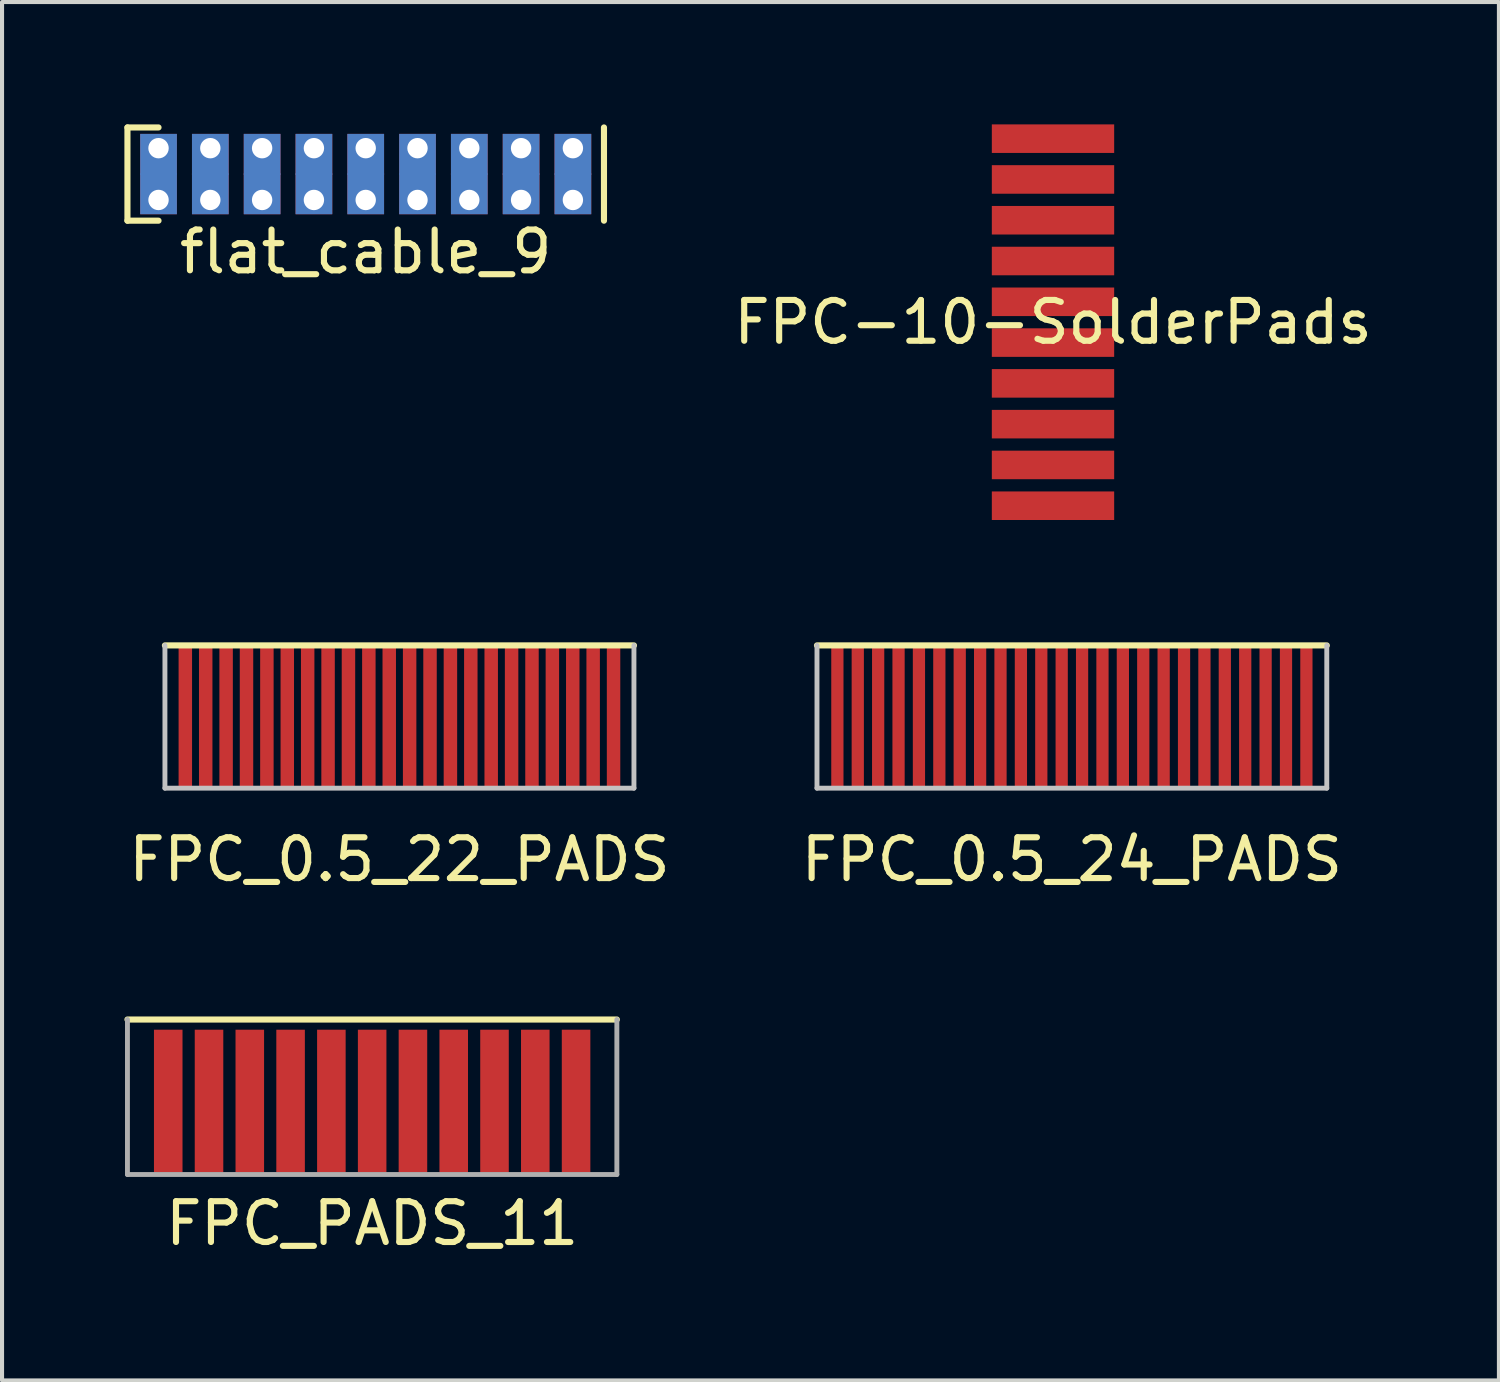
<source format=kicad_pcb>
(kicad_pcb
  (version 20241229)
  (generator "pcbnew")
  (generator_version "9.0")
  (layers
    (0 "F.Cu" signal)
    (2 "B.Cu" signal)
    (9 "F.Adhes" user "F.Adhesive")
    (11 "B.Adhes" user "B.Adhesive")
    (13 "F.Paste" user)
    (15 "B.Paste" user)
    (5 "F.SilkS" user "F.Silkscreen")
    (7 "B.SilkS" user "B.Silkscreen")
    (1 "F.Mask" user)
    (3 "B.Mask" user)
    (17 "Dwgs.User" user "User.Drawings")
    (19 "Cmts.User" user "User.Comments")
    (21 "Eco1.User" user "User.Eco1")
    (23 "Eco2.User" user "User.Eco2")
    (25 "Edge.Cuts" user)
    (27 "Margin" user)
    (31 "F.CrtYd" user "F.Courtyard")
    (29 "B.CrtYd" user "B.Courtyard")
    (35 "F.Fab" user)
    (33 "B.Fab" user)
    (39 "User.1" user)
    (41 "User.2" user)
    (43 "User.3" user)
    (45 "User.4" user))
  (footprint "FPC_0.5_24_PADS"
    (layer "F.Cu")
    (at 23.232 14.525)
    (property "Reference" "FPC_0.5_24_PADS" (at 0 3.5 0) (layer "F.SilkS") (effects (font (size 1 1) (thickness 0.15))))
    (attr exclude_from_pos_files exclude_from_bom)
    (fp_line (start -6.25 -1.75) (end 6.25 -1.75) (stroke (width 0.15) (type solid)) (layer "F.SilkS"))
    (fp_line (start -6.25 -1.75) (end -6.25 1.75) (stroke (width 0.12) (type solid)) (layer "Dwgs.User"))
    (fp_line (start -6.25 1.75) (end 6.25 1.75) (stroke (width 0.12) (type solid)) (layer "Dwgs.User"))
    (fp_line (start 6.25 1.75) (end 6.25 -1.75) (stroke (width 0.12) (type solid)) (layer "Dwgs.User"))
    (pad "1" smd rect (at -5.75 0) (size 0.3 3.5) (layers "F.Cu" "F.Mask" "F.Paste"))
    (pad "2" smd rect (at -5.25 0) (size 0.3 3.5) (layers "F.Cu" "F.Mask" "F.Paste"))
    (pad "3" smd rect (at -4.75 0) (size 0.3 3.5) (layers "F.Cu" "F.Mask" "F.Paste"))
    (pad "4" smd rect (at -4.25 0) (size 0.3 3.5) (layers "F.Cu" "F.Mask" "F.Paste"))
    (pad "5" smd rect (at -3.75 0) (size 0.3 3.5) (layers "F.Cu" "F.Mask" "F.Paste"))
    (pad "6" smd rect (at -3.25 0) (size 0.3 3.5) (layers "F.Cu" "F.Mask" "F.Paste"))
    (pad "7" smd rect (at -2.75 0) (size 0.3 3.5) (layers "F.Cu" "F.Mask" "F.Paste"))
    (pad "8" smd rect (at -2.25 0) (size 0.3 3.5) (layers "F.Cu" "F.Mask" "F.Paste"))
    (pad "9" smd rect (at -1.75 0) (size 0.3 3.5) (layers "F.Cu" "F.Mask" "F.Paste"))
    (pad "10" smd rect (at -1.25 0) (size 0.3 3.5) (layers "F.Cu" "F.Mask" "F.Paste"))
    (pad "11" smd rect (at -0.75 0) (size 0.3 3.5) (layers "F.Cu" "F.Mask" "F.Paste"))
    (pad "12" smd rect (at -0.25 0) (size 0.3 3.5) (layers "F.Cu" "F.Mask" "F.Paste"))
    (pad "13" smd rect (at 0.25 0) (size 0.3 3.5) (layers "F.Cu" "F.Mask" "F.Paste"))
    (pad "14" smd rect (at 0.75 0) (size 0.3 3.5) (layers "F.Cu" "F.Mask" "F.Paste"))
    (pad "15" smd rect (at 1.25 0) (size 0.3 3.5) (layers "F.Cu" "F.Mask" "F.Paste"))
    (pad "16" smd rect (at 1.75 0) (size 0.3 3.5) (layers "F.Cu" "F.Mask" "F.Paste"))
    (pad "17" smd rect (at 2.25 0) (size 0.3 3.5) (layers "F.Cu" "F.Mask" "F.Paste"))
    (pad "18" smd rect (at 2.75 0) (size 0.3 3.5) (layers "F.Cu" "F.Mask" "F.Paste"))
    (pad "19" smd rect (at 3.25 0) (size 0.3 3.5) (layers "F.Cu" "F.Mask" "F.Paste"))
    (pad "20" smd rect (at 3.75 0) (size 0.3 3.5) (layers "F.Cu" "F.Mask" "F.Paste"))
    (pad "21" smd rect (at 4.25 0) (size 0.3 3.5) (layers "F.Cu" "F.Mask" "F.Paste"))
    (pad "22" smd rect (at 4.75 0) (size 0.3 3.5) (layers "F.Cu" "F.Mask" "F.Paste"))
    (pad "23" smd rect (at 5.25 0) (size 0.3 3.5) (layers "F.Cu" "F.Mask" "F.Paste"))
    (pad "24" smd rect (at 5.75 0) (size 0.3 3.5) (layers "F.Cu" "F.Mask" "F.Paste")))
  (footprint "flat_cable_9"
    (layer "F.Cu")
    (at 0.837 1.853)
    (property "Reference" "flat_cable_9" (at 5.08 1.27 0) (layer "F.SilkS") (effects (font (size 1 1) (thickness 0.15))))
    (attr through_hole)
    (fp_line (start -0.762 -1.778) (end -0.762 0.508) (stroke (width 0.15) (type solid)) (layer "F.SilkS"))
    (fp_line (start -0.762 0.508) (end 0 0.508) (stroke (width 0.15) (type solid)) (layer "F.SilkS"))
    (fp_line (start 0 -1.778) (end -0.762 -1.778) (stroke (width 0.15) (type solid)) (layer "F.SilkS"))
    (fp_line (start 10.922 -1.778) (end 10.922 0.508) (stroke (width 0.15) (type solid)) (layer "F.SilkS"))
    (pad "1" thru_hole rect (at 0 -1.27) (size 0.9 1) (drill 0.5 (offset 0 0.15)) (layers "*.Cu" "*.Mask"))
    (pad "1" thru_hole rect (at 0 0 180) (size 0.9 1) (drill 0.5 (offset 0 0.15)) (layers "*.Cu" "*.Mask"))
    (pad "2" thru_hole rect (at 1.27 -1.27) (size 0.9 1) (drill 0.5 (offset 0 0.15)) (layers "*.Cu" "*.Mask"))
    (pad "2" thru_hole rect (at 1.27 0 180) (size 0.9 1) (drill 0.5 (offset 0 0.15)) (layers "*.Cu" "*.Mask"))
    (pad "3" thru_hole rect (at 2.54 -1.27) (size 0.9 1) (drill 0.5 (offset 0 0.15)) (layers "*.Cu" "*.Mask"))
    (pad "3" thru_hole rect (at 2.54 0 180) (size 0.9 1) (drill 0.5 (offset 0 0.15)) (layers "*.Cu" "*.Mask"))
    (pad "4" thru_hole rect (at 3.81 -1.27) (size 0.9 1) (drill 0.5 (offset 0 0.15)) (layers "*.Cu" "*.Mask"))
    (pad "4" thru_hole rect (at 3.81 0 180) (size 0.9 1) (drill 0.5 (offset 0 0.15)) (layers "*.Cu" "*.Mask"))
    (pad "5" thru_hole rect (at 5.08 -1.27) (size 0.9 1) (drill 0.5 (offset 0 0.15)) (layers "*.Cu" "*.Mask"))
    (pad "5" thru_hole rect (at 5.08 0 180) (size 0.9 1) (drill 0.5 (offset 0 0.15)) (layers "*.Cu" "*.Mask"))
    (pad "6" thru_hole rect (at 6.35 -1.27) (size 0.9 1) (drill 0.5 (offset 0 0.15)) (layers "*.Cu" "*.Mask"))
    (pad "6" thru_hole rect (at 6.35 0 180) (size 0.9 1) (drill 0.5 (offset 0 0.15)) (layers "*.Cu" "*.Mask"))
    (pad "7" thru_hole rect (at 7.62 -1.27) (size 0.9 1) (drill 0.5 (offset 0 0.15)) (layers "*.Cu" "*.Mask"))
    (pad "7" thru_hole rect (at 7.62 0 180) (size 0.9 1) (drill 0.5 (offset 0 0.15)) (layers "*.Cu" "*.Mask"))
    (pad "8" thru_hole rect (at 8.89 -1.27) (size 0.9 1) (drill 0.5 (offset 0 0.15)) (layers "*.Cu" "*.Mask"))
    (pad "8" thru_hole rect (at 8.89 0 180) (size 0.9 1) (drill 0.5 (offset 0 0.15)) (layers "*.Cu" "*.Mask"))
    (pad "9" thru_hole rect (at 10.16 -1.27) (size 0.9 1) (drill 0.5 (offset 0 0.15)) (layers "*.Cu" "*.Mask"))
    (pad "9" thru_hole rect (at 10.16 0 180) (size 0.9 1) (drill 0.5 (offset 0 0.15)) (layers "*.Cu" "*.Mask")))
  (footprint "FPC_PADS_11"
    (layer "F.Cu")
    (at 6.075 23.948)
    (property "Reference" "FPC_PADS_11" (at 0 3 0) (layer "F.SilkS") (effects (font (size 1 1) (thickness 0.15))))
    (attr exclude_from_pos_files exclude_from_bom)
    (fp_line (start 6 -2) (end -6 -2) (stroke (width 0.15) (type solid)) (layer "F.SilkS"))
    (fp_line (start -6 1.8) (end -6 -2) (stroke (width 0.12) (type solid)) (layer "F.Fab"))
    (fp_line (start -6 1.8) (end 6 1.8) (stroke (width 0.12) (type solid)) (layer "F.Fab"))
    (fp_line (start 6 1.8) (end 6 -2) (stroke (width 0.12) (type solid)) (layer "F.Fab"))
    (pad "1" smd rect (at -5 0) (size 0.7 3.5) (layers "F.Cu" "F.Mask"))
    (pad "2" smd rect (at -4 0) (size 0.7 3.5) (layers "F.Cu" "F.Mask"))
    (pad "3" smd rect (at -3 0) (size 0.7 3.5) (layers "F.Cu" "F.Mask"))
    (pad "4" smd rect (at -2 0) (size 0.7 3.5) (layers "F.Cu" "F.Mask"))
    (pad "5" smd rect (at -1 0) (size 0.7 3.5) (layers "F.Cu" "F.Mask"))
    (pad "6" smd rect (at 0 0) (size 0.7 3.5) (layers "F.Cu" "F.Mask"))
    (pad "7" smd rect (at 1 0) (size 0.7 3.5) (layers "F.Cu" "F.Mask"))
    (pad "8" smd rect (at 2 0) (size 0.7 3.5) (layers "F.Cu" "F.Mask"))
    (pad "9" smd rect (at 3 0) (size 0.7 3.5) (layers "F.Cu" "F.Mask"))
    (pad "10" smd rect (at 4 0) (size 0.7 3.5) (layers "F.Cu" "F.Mask"))
    (pad "11" smd rect (at 5 0) (size 0.7 3.5) (layers "F.Cu" "F.Mask")))
  (footprint "FPC-10-SolderPads"
    (layer "F.Cu")
    (at 22.769 4.85)
    (property "Reference" "FPC-10-SolderPads" (at 0 0 0) (layer "F.SilkS") (effects (font (size 1 1) (thickness 0.15))))
    (attr exclude_from_pos_files exclude_from_bom)
    (pad "1" smd rect (at 0 -4.5) (size 3 0.7) (layers "F.Cu" "F.Mask" "F.Paste"))
    (pad "2" smd rect (at 0 -3.5) (size 3 0.7) (layers "F.Cu" "F.Mask" "F.Paste"))
    (pad "3" smd rect (at 0 -2.5) (size 3 0.7) (layers "F.Cu" "F.Mask" "F.Paste"))
    (pad "4" smd rect (at 0 -1.5) (size 3 0.7) (layers "F.Cu" "F.Mask" "F.Paste"))
    (pad "5" smd rect (at 0 -0.5) (size 3 0.7) (layers "F.Cu" "F.Mask" "F.Paste"))
    (pad "6" smd rect (at 0 0.5) (size 3 0.7) (layers "F.Cu" "F.Mask" "F.Paste"))
    (pad "7" smd rect (at 0 1.5) (size 3 0.7) (layers "F.Cu" "F.Mask" "F.Paste"))
    (pad "8" smd rect (at 0 2.5) (size 3 0.7) (layers "F.Cu" "F.Mask" "F.Paste"))
    (pad "9" smd rect (at 0 3.5) (size 3 0.7) (layers "F.Cu" "F.Mask" "F.Paste"))
    (pad "10" smd rect (at 0 4.5) (size 3 0.7) (layers "F.Cu" "F.Mask" "F.Paste")))
  (footprint "FPC_0.5_22_PADS"
    (layer "F.Cu")
    (at 6.744 14.525)
    (property "Reference" "FPC_0.5_22_PADS" (at 0 3.5 0) (layer "F.SilkS") (effects (font (size 1 1) (thickness 0.15))))
    (attr exclude_from_pos_files exclude_from_bom)
    (fp_line (start -5.75 -1.75) (end 5.75 -1.75) (stroke (width 0.15) (type solid)) (layer "F.SilkS"))
    (fp_line (start -5.75 -1.75) (end -5.75 1.75) (stroke (width 0.12) (type solid)) (layer "Dwgs.User"))
    (fp_line (start -5.75 1.75) (end 5.75 1.75) (stroke (width 0.12) (type solid)) (layer "Dwgs.User"))
    (fp_line (start 5.75 1.75) (end 5.75 -1.75) (stroke (width 0.12) (type solid)) (layer "Dwgs.User"))
    (pad "1" smd rect (at -5.25 0) (size 0.33 3.5) (layers "F.Cu" "F.Mask" "F.Paste"))
    (pad "2" smd rect (at -4.75 0) (size 0.33 3.5) (layers "F.Cu" "F.Mask" "F.Paste"))
    (pad "3" smd rect (at -4.25 0) (size 0.33 3.5) (layers "F.Cu" "F.Mask" "F.Paste"))
    (pad "4" smd rect (at -3.75 0) (size 0.33 3.5) (layers "F.Cu" "F.Mask" "F.Paste"))
    (pad "5" smd rect (at -3.25 0) (size 0.33 3.5) (layers "F.Cu" "F.Mask" "F.Paste"))
    (pad "6" smd rect (at -2.75 0) (size 0.33 3.5) (layers "F.Cu" "F.Mask" "F.Paste"))
    (pad "7" smd rect (at -2.25 0) (size 0.33 3.5) (layers "F.Cu" "F.Mask" "F.Paste"))
    (pad "8" smd rect (at -1.75 0) (size 0.33 3.5) (layers "F.Cu" "F.Mask" "F.Paste"))
    (pad "9" smd rect (at -1.25 0) (size 0.33 3.5) (layers "F.Cu" "F.Mask" "F.Paste"))
    (pad "10" smd rect (at -0.75 0) (size 0.33 3.5) (layers "F.Cu" "F.Mask" "F.Paste"))
    (pad "11" smd rect (at -0.25 0) (size 0.33 3.5) (layers "F.Cu" "F.Mask" "F.Paste"))
    (pad "12" smd rect (at 0.25 0) (size 0.33 3.5) (layers "F.Cu" "F.Mask" "F.Paste"))
    (pad "13" smd rect (at 0.75 0) (size 0.33 3.5) (layers "F.Cu" "F.Mask" "F.Paste"))
    (pad "14" smd rect (at 1.25 0) (size 0.33 3.5) (layers "F.Cu" "F.Mask" "F.Paste"))
    (pad "15" smd rect (at 1.75 0) (size 0.33 3.5) (layers "F.Cu" "F.Mask" "F.Paste"))
    (pad "16" smd rect (at 2.25 0) (size 0.33 3.5) (layers "F.Cu" "F.Mask" "F.Paste"))
    (pad "17" smd rect (at 2.75 0) (size 0.33 3.5) (layers "F.Cu" "F.Mask" "F.Paste"))
    (pad "18" smd rect (at 3.25 0) (size 0.33 3.5) (layers "F.Cu" "F.Mask" "F.Paste"))
    (pad "19" smd rect (at 3.75 0) (size 0.33 3.5) (layers "F.Cu" "F.Mask" "F.Paste"))
    (pad "20" smd rect (at 4.25 0) (size 0.33 3.5) (layers "F.Cu" "F.Mask" "F.Paste"))
    (pad "21" smd rect (at 4.75 0) (size 0.33 3.5) (layers "F.Cu" "F.Mask" "F.Paste"))
    (pad "22" smd rect (at 5.25 0) (size 0.33 3.5) (layers "F.Cu" "F.Mask" "F.Paste")))
  (gr_rect
    (start -3 -3)
    (end 33.703 30.797)
    (stroke (width 0.1) (type default))
    (fill no)
    (layer "Edge.Cuts")))
</source>
